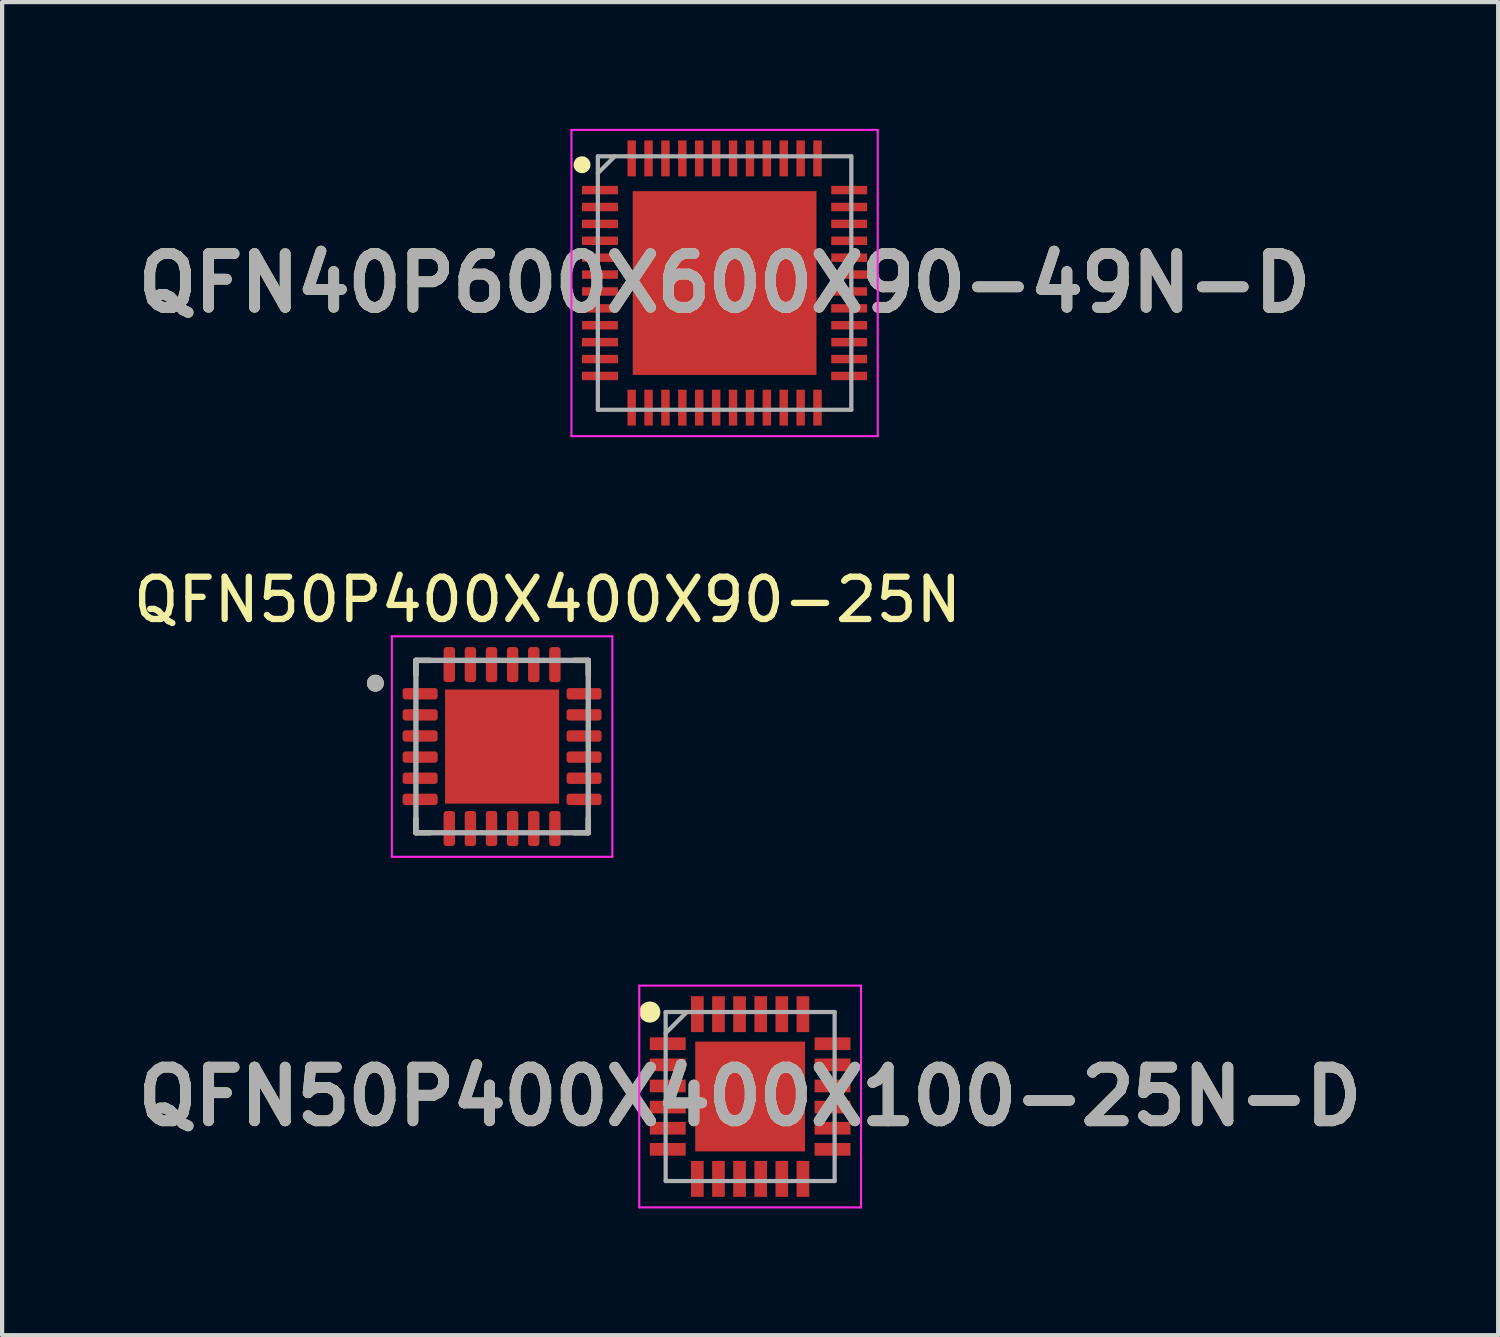
<source format=kicad_pcb>
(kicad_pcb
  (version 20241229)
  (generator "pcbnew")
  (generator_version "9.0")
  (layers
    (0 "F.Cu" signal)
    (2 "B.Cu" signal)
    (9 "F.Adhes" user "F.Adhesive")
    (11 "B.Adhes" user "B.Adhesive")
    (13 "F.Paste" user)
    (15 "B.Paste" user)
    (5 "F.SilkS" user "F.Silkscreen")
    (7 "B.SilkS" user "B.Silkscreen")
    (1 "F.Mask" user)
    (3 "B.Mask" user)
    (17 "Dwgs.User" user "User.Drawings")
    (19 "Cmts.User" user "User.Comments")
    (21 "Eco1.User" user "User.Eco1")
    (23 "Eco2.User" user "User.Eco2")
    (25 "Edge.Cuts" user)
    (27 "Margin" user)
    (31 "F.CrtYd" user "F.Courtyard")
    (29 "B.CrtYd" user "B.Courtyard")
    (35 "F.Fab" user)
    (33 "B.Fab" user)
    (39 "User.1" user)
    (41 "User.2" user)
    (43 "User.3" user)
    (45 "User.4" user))
  (footprint "QFN50P400X400X90-25N"
    (layer "F.Cu")
    (at 8.836 14.623)
    (property "Reference" "QFN50P400X400X90-25N" (at 1.075 -3.475 0) (layer "F.SilkS") (effects (font (size 1 1) (thickness 0.15))))
    (attr smd)
    (fp_line (start -2.04 -2.04) (end -1.7 -2.04) (stroke (width 0.127) (type solid)) (layer "F.SilkS"))
    (fp_line (start -2.04 -1.7) (end -2.04 -2.04) (stroke (width 0.127) (type solid)) (layer "F.SilkS"))
    (fp_line (start -2.04 2.04) (end -2.04 1.7) (stroke (width 0.127) (type solid)) (layer "F.SilkS"))
    (fp_line (start -1.7 2.04) (end -2.04 2.04) (stroke (width 0.127) (type solid)) (layer "F.SilkS"))
    (fp_line (start 1.7 -2.04) (end 2.04 -2.04) (stroke (width 0.127) (type solid)) (layer "F.SilkS"))
    (fp_line (start 2.04 -2.04) (end 2.04 -1.7) (stroke (width 0.127) (type solid)) (layer "F.SilkS"))
    (fp_line (start 2.04 1.7) (end 2.04 2.04) (stroke (width 0.127) (type solid)) (layer "F.SilkS"))
    (fp_line (start 2.04 2.04) (end 1.7 2.04) (stroke (width 0.127) (type solid)) (layer "F.SilkS"))
    (fp_circle (center -3 -1.5) (end -2.9 -1.5) (stroke (width 0.2) (type solid)) (fill no) (layer "F.SilkS"))
    (fp_poly (pts (xy -1.09 -1.09) (xy -0.13 -1.09) (xy -0.13 -0.13) (xy -1.09 -0.13)) (stroke (width 0.01) (type solid)) (fill yes) (layer "F.Paste"))
    (fp_poly (pts (xy -1.09 0.13) (xy -0.13 0.13) (xy -0.13 1.09) (xy -1.09 1.09)) (stroke (width 0.01) (type solid)) (fill yes) (layer "F.Paste"))
    (fp_poly (pts (xy 0.13 -1.09) (xy 1.09 -1.09) (xy 1.09 -0.13) (xy 0.13 -0.13)) (stroke (width 0.01) (type solid)) (fill yes) (layer "F.Paste"))
    (fp_poly (pts (xy 0.13 0.13) (xy 1.09 0.13) (xy 1.09 1.09) (xy 0.13 1.09)) (stroke (width 0.01) (type solid)) (fill yes) (layer "F.Paste"))
    (fp_line (start -2.61 -2.61) (end 2.61 -2.61) (stroke (width 0.05) (type solid)) (layer "F.CrtYd"))
    (fp_line (start -2.61 2.61) (end -2.61 -2.61) (stroke (width 0.05) (type solid)) (layer "F.CrtYd"))
    (fp_line (start 2.61 -2.61) (end 2.61 2.61) (stroke (width 0.05) (type solid)) (layer "F.CrtYd"))
    (fp_line (start 2.61 2.61) (end -2.61 2.61) (stroke (width 0.05) (type solid)) (layer "F.CrtYd"))
    (fp_line (start -2.04 -2.04) (end 2.04 -2.04) (stroke (width 0.127) (type solid)) (layer "F.Fab"))
    (fp_line (start -2.04 2.04) (end -2.04 -2.04) (stroke (width 0.127) (type solid)) (layer "F.Fab"))
    (fp_line (start 2.04 -2.04) (end 2.04 2.04) (stroke (width 0.127) (type solid)) (layer "F.Fab"))
    (fp_line (start 2.04 2.04) (end -2.04 2.04) (stroke (width 0.127) (type solid)) (layer "F.Fab"))
    (fp_circle (center -3 -1.5) (end -2.9 -1.5) (stroke (width 0.2) (type solid)) (fill no) (layer "F.Fab"))
    (pad "1" smd roundrect (at -1.94 -1.25) (size 0.83 0.27) (layers "F.Cu" "F.Mask" "F.Paste") (roundrect_rratio 0.25))
    (pad "2" smd roundrect (at -1.94 -0.75) (size 0.83 0.27) (layers "F.Cu" "F.Mask" "F.Paste") (roundrect_rratio 0.25))
    (pad "3" smd roundrect (at -1.94 -0.25) (size 0.83 0.27) (layers "F.Cu" "F.Mask" "F.Paste") (roundrect_rratio 0.25))
    (pad "4" smd roundrect (at -1.94 0.25) (size 0.83 0.27) (layers "F.Cu" "F.Mask" "F.Paste") (roundrect_rratio 0.25))
    (pad "5" smd roundrect (at -1.94 0.75) (size 0.83 0.27) (layers "F.Cu" "F.Mask" "F.Paste") (roundrect_rratio 0.25))
    (pad "6" smd roundrect (at -1.94 1.25) (size 0.83 0.27) (layers "F.Cu" "F.Mask" "F.Paste") (roundrect_rratio 0.25))
    (pad "7" smd roundrect (at -1.25 1.94) (size 0.27 0.83) (layers "F.Cu" "F.Mask" "F.Paste") (roundrect_rratio 0.25))
    (pad "8" smd roundrect (at -0.75 1.94) (size 0.27 0.83) (layers "F.Cu" "F.Mask" "F.Paste") (roundrect_rratio 0.25))
    (pad "9" smd roundrect (at -0.25 1.94) (size 0.27 0.83) (layers "F.Cu" "F.Mask" "F.Paste") (roundrect_rratio 0.25))
    (pad "10" smd roundrect (at 0.25 1.94) (size 0.27 0.83) (layers "F.Cu" "F.Mask" "F.Paste") (roundrect_rratio 0.25))
    (pad "11" smd roundrect (at 0.75 1.94) (size 0.27 0.83) (layers "F.Cu" "F.Mask" "F.Paste") (roundrect_rratio 0.25))
    (pad "12" smd roundrect (at 1.25 1.94) (size 0.27 0.83) (layers "F.Cu" "F.Mask" "F.Paste") (roundrect_rratio 0.25))
    (pad "13" smd roundrect (at 1.94 1.25) (size 0.83 0.27) (layers "F.Cu" "F.Mask" "F.Paste") (roundrect_rratio 0.25))
    (pad "14" smd roundrect (at 1.94 0.75) (size 0.83 0.27) (layers "F.Cu" "F.Mask" "F.Paste") (roundrect_rratio 0.25))
    (pad "15" smd roundrect (at 1.94 0.25) (size 0.83 0.27) (layers "F.Cu" "F.Mask" "F.Paste") (roundrect_rratio 0.25))
    (pad "16" smd roundrect (at 1.94 -0.25) (size 0.83 0.27) (layers "F.Cu" "F.Mask" "F.Paste") (roundrect_rratio 0.25))
    (pad "17" smd roundrect (at 1.94 -0.75) (size 0.83 0.27) (layers "F.Cu" "F.Mask" "F.Paste") (roundrect_rratio 0.25))
    (pad "18" smd roundrect (at 1.94 -1.25) (size 0.83 0.27) (layers "F.Cu" "F.Mask" "F.Paste") (roundrect_rratio 0.25))
    (pad "19" smd roundrect (at 1.25 -1.94) (size 0.27 0.83) (layers "F.Cu" "F.Mask" "F.Paste") (roundrect_rratio 0.25))
    (pad "20" smd roundrect (at 0.75 -1.94) (size 0.27 0.83) (layers "F.Cu" "F.Mask" "F.Paste") (roundrect_rratio 0.25))
    (pad "21" smd roundrect (at 0.25 -1.94) (size 0.27 0.83) (layers "F.Cu" "F.Mask" "F.Paste") (roundrect_rratio 0.25))
    (pad "22" smd roundrect (at -0.25 -1.94) (size 0.27 0.83) (layers "F.Cu" "F.Mask" "F.Paste") (roundrect_rratio 0.25))
    (pad "23" smd roundrect (at -0.75 -1.94) (size 0.27 0.83) (layers "F.Cu" "F.Mask" "F.Paste") (roundrect_rratio 0.25))
    (pad "24" smd roundrect (at -1.25 -1.94) (size 0.27 0.83) (layers "F.Cu" "F.Mask" "F.Paste") (roundrect_rratio 0.25))
    (pad "25" smd rect (at 0 0) (size 2.7 2.7) (layers "F.Cu" "F.Mask")))
  (footprint "QFN50P400X400X100-25N-D"
    (layer "F.Cu")
    (at 14.708 22.908)
    (property "Reference" "QFN50P400X400X100-25N-D" (at 0 0 0) (layer "F.SilkS") (effects (font (size 1.27 1.27) (thickness 0.254))))
    (attr smd)
    (fp_circle (center -2.375 -2) (end -2.375 -1.875) (stroke (width 0.25) (type solid)) (fill no) (layer "F.SilkS"))
    (fp_line (start -2.625 -2.625) (end 2.625 -2.625) (stroke (width 0.05) (type solid)) (layer "F.CrtYd"))
    (fp_line (start -2.625 2.625) (end -2.625 -2.625) (stroke (width 0.05) (type solid)) (layer "F.CrtYd"))
    (fp_line (start 2.625 -2.625) (end 2.625 2.625) (stroke (width 0.05) (type solid)) (layer "F.CrtYd"))
    (fp_line (start 2.625 2.625) (end -2.625 2.625) (stroke (width 0.05) (type solid)) (layer "F.CrtYd"))
    (fp_line (start -2 -2) (end 2 -2) (stroke (width 0.1) (type solid)) (layer "F.Fab"))
    (fp_line (start -2 -1.5) (end -1.5 -2) (stroke (width 0.1) (type solid)) (layer "F.Fab"))
    (fp_line (start -2 2) (end -2 -2) (stroke (width 0.1) (type solid)) (layer "F.Fab"))
    (fp_line (start 2 -2) (end 2 2) (stroke (width 0.1) (type solid)) (layer "F.Fab"))
    (fp_line (start 2 2) (end -2 2) (stroke (width 0.1) (type solid)) (layer "F.Fab"))
    (fp_text user "${REFERENCE}" (at 0 0 0) (layer "F.Fab") (effects (font (size 1.27 1.27) (thickness 0.254))))
    (pad "1" smd rect (at -1.95 -1.25 90) (size 0.3 0.85) (layers "F.Cu" "F.Mask" "F.Paste"))
    (pad "2" smd rect (at -1.95 -0.75 90) (size 0.3 0.85) (layers "F.Cu" "F.Mask" "F.Paste"))
    (pad "3" smd rect (at -1.95 -0.25 90) (size 0.3 0.85) (layers "F.Cu" "F.Mask" "F.Paste"))
    (pad "4" smd rect (at -1.95 0.25 90) (size 0.3 0.85) (layers "F.Cu" "F.Mask" "F.Paste"))
    (pad "5" smd rect (at -1.95 0.75 90) (size 0.3 0.85) (layers "F.Cu" "F.Mask" "F.Paste"))
    (pad "6" smd rect (at -1.95 1.25 90) (size 0.3 0.85) (layers "F.Cu" "F.Mask" "F.Paste"))
    (pad "7" smd rect (at -1.25 1.95) (size 0.3 0.85) (layers "F.Cu" "F.Mask" "F.Paste"))
    (pad "8" smd rect (at -0.75 1.95) (size 0.3 0.85) (layers "F.Cu" "F.Mask" "F.Paste"))
    (pad "9" smd rect (at -0.25 1.95) (size 0.3 0.85) (layers "F.Cu" "F.Mask" "F.Paste"))
    (pad "10" smd rect (at 0.25 1.95) (size 0.3 0.85) (layers "F.Cu" "F.Mask" "F.Paste"))
    (pad "11" smd rect (at 0.75 1.95) (size 0.3 0.85) (layers "F.Cu" "F.Mask" "F.Paste"))
    (pad "12" smd rect (at 1.25 1.95) (size 0.3 0.85) (layers "F.Cu" "F.Mask" "F.Paste"))
    (pad "13" smd rect (at 1.95 1.25 90) (size 0.3 0.85) (layers "F.Cu" "F.Mask" "F.Paste"))
    (pad "14" smd rect (at 1.95 0.75 90) (size 0.3 0.85) (layers "F.Cu" "F.Mask" "F.Paste"))
    (pad "15" smd rect (at 1.95 0.25 90) (size 0.3 0.85) (layers "F.Cu" "F.Mask" "F.Paste"))
    (pad "16" smd rect (at 1.95 -0.25 90) (size 0.3 0.85) (layers "F.Cu" "F.Mask" "F.Paste"))
    (pad "17" smd rect (at 1.95 -0.75 90) (size 0.3 0.85) (layers "F.Cu" "F.Mask" "F.Paste"))
    (pad "18" smd rect (at 1.95 -1.25 90) (size 0.3 0.85) (layers "F.Cu" "F.Mask" "F.Paste"))
    (pad "19" smd rect (at 1.25 -1.95) (size 0.3 0.85) (layers "F.Cu" "F.Mask" "F.Paste"))
    (pad "20" smd rect (at 0.75 -1.95) (size 0.3 0.85) (layers "F.Cu" "F.Mask" "F.Paste"))
    (pad "21" smd rect (at 0.25 -1.95) (size 0.3 0.85) (layers "F.Cu" "F.Mask" "F.Paste"))
    (pad "22" smd rect (at -0.25 -1.95) (size 0.3 0.85) (layers "F.Cu" "F.Mask" "F.Paste"))
    (pad "23" smd rect (at -0.75 -1.95) (size 0.3 0.85) (layers "F.Cu" "F.Mask" "F.Paste"))
    (pad "24" smd rect (at -1.25 -1.95) (size 0.3 0.85) (layers "F.Cu" "F.Mask" "F.Paste"))
    (pad "25" smd rect (at 0 0) (size 2.6 2.6) (layers "F.Cu" "F.Mask" "F.Paste")))
  (footprint "QFN40P600X600X90-49N-D"
    (layer "F.Cu")
    (at 14.103 3.65)
    (property "Reference" "QFN40P600X600X90-49N-D" (at 0 0 0) (layer "F.SilkS") (effects (font (size 1.27 1.27) (thickness 0.254))))
    (attr smd)
    (fp_circle (center -3.375 -2.8) (end -3.375 -2.7) (stroke (width 0.2) (type solid)) (fill no) (layer "F.SilkS"))
    (fp_line (start -3.625 -3.625) (end 3.625 -3.625) (stroke (width 0.05) (type solid)) (layer "F.CrtYd"))
    (fp_line (start -3.625 3.625) (end -3.625 -3.625) (stroke (width 0.05) (type solid)) (layer "F.CrtYd"))
    (fp_line (start 3.625 -3.625) (end 3.625 3.625) (stroke (width 0.05) (type solid)) (layer "F.CrtYd"))
    (fp_line (start 3.625 3.625) (end -3.625 3.625) (stroke (width 0.05) (type solid)) (layer "F.CrtYd"))
    (fp_line (start -3 -3) (end 3 -3) (stroke (width 0.1) (type solid)) (layer "F.Fab"))
    (fp_line (start -3 -2.6) (end -2.6 -3) (stroke (width 0.1) (type solid)) (layer "F.Fab"))
    (fp_line (start -3 3) (end -3 -3) (stroke (width 0.1) (type solid)) (layer "F.Fab"))
    (fp_line (start 3 -3) (end 3 3) (stroke (width 0.1) (type solid)) (layer "F.Fab"))
    (fp_line (start 3 3) (end -3 3) (stroke (width 0.1) (type solid)) (layer "F.Fab"))
    (fp_text user "${REFERENCE}" (at 0 0 0) (layer "F.Fab") (effects (font (size 1.27 1.27) (thickness 0.254))))
    (pad "1" smd rect (at -2.95 -2.2 90) (size 0.2 0.85) (layers "F.Cu" "F.Mask" "F.Paste"))
    (pad "2" smd rect (at -2.95 -1.8 90) (size 0.2 0.85) (layers "F.Cu" "F.Mask" "F.Paste"))
    (pad "3" smd rect (at -2.95 -1.4 90) (size 0.2 0.85) (layers "F.Cu" "F.Mask" "F.Paste"))
    (pad "4" smd rect (at -2.95 -1 90) (size 0.2 0.85) (layers "F.Cu" "F.Mask" "F.Paste"))
    (pad "5" smd rect (at -2.95 -0.6 90) (size 0.2 0.85) (layers "F.Cu" "F.Mask" "F.Paste"))
    (pad "6" smd rect (at -2.95 -0.2 90) (size 0.2 0.85) (layers "F.Cu" "F.Mask" "F.Paste"))
    (pad "7" smd rect (at -2.95 0.2 90) (size 0.2 0.85) (layers "F.Cu" "F.Mask" "F.Paste"))
    (pad "8" smd rect (at -2.95 0.6 90) (size 0.2 0.85) (layers "F.Cu" "F.Mask" "F.Paste"))
    (pad "9" smd rect (at -2.95 1 90) (size 0.2 0.85) (layers "F.Cu" "F.Mask" "F.Paste"))
    (pad "10" smd rect (at -2.95 1.4 90) (size 0.2 0.85) (layers "F.Cu" "F.Mask" "F.Paste"))
    (pad "11" smd rect (at -2.95 1.8 90) (size 0.2 0.85) (layers "F.Cu" "F.Mask" "F.Paste"))
    (pad "12" smd rect (at -2.95 2.2 90) (size 0.2 0.85) (layers "F.Cu" "F.Mask" "F.Paste"))
    (pad "13" smd rect (at -2.2 2.95) (size 0.2 0.85) (layers "F.Cu" "F.Mask" "F.Paste"))
    (pad "14" smd rect (at -1.8 2.95) (size 0.2 0.85) (layers "F.Cu" "F.Mask" "F.Paste"))
    (pad "15" smd rect (at -1.4 2.95) (size 0.2 0.85) (layers "F.Cu" "F.Mask" "F.Paste"))
    (pad "16" smd rect (at -1 2.95) (size 0.2 0.85) (layers "F.Cu" "F.Mask" "F.Paste"))
    (pad "17" smd rect (at -0.6 2.95) (size 0.2 0.85) (layers "F.Cu" "F.Mask" "F.Paste"))
    (pad "18" smd rect (at -0.2 2.95) (size 0.2 0.85) (layers "F.Cu" "F.Mask" "F.Paste"))
    (pad "19" smd rect (at 0.2 2.95) (size 0.2 0.85) (layers "F.Cu" "F.Mask" "F.Paste"))
    (pad "20" smd rect (at 0.6 2.95) (size 0.2 0.85) (layers "F.Cu" "F.Mask" "F.Paste"))
    (pad "21" smd rect (at 1 2.95) (size 0.2 0.85) (layers "F.Cu" "F.Mask" "F.Paste"))
    (pad "22" smd rect (at 1.4 2.95) (size 0.2 0.85) (layers "F.Cu" "F.Mask" "F.Paste"))
    (pad "23" smd rect (at 1.8 2.95) (size 0.2 0.85) (layers "F.Cu" "F.Mask" "F.Paste"))
    (pad "24" smd rect (at 2.2 2.95) (size 0.2 0.85) (layers "F.Cu" "F.Mask" "F.Paste"))
    (pad "25" smd rect (at 2.95 2.2 90) (size 0.2 0.85) (layers "F.Cu" "F.Mask" "F.Paste"))
    (pad "26" smd rect (at 2.95 1.8 90) (size 0.2 0.85) (layers "F.Cu" "F.Mask" "F.Paste"))
    (pad "27" smd rect (at 2.95 1.4 90) (size 0.2 0.85) (layers "F.Cu" "F.Mask" "F.Paste"))
    (pad "28" smd rect (at 2.95 1 90) (size 0.2 0.85) (layers "F.Cu" "F.Mask" "F.Paste"))
    (pad "29" smd rect (at 2.95 0.6 90) (size 0.2 0.85) (layers "F.Cu" "F.Mask" "F.Paste"))
    (pad "30" smd rect (at 2.95 0.2 90) (size 0.2 0.85) (layers "F.Cu" "F.Mask" "F.Paste"))
    (pad "31" smd rect (at 2.95 -0.2 90) (size 0.2 0.85) (layers "F.Cu" "F.Mask" "F.Paste"))
    (pad "32" smd rect (at 2.95 -0.6 90) (size 0.2 0.85) (layers "F.Cu" "F.Mask" "F.Paste"))
    (pad "33" smd rect (at 2.95 -1 90) (size 0.2 0.85) (layers "F.Cu" "F.Mask" "F.Paste"))
    (pad "34" smd rect (at 2.95 -1.4 90) (size 0.2 0.85) (layers "F.Cu" "F.Mask" "F.Paste"))
    (pad "35" smd rect (at 2.95 -1.8 90) (size 0.2 0.85) (layers "F.Cu" "F.Mask" "F.Paste"))
    (pad "36" smd rect (at 2.95 -2.2 90) (size 0.2 0.85) (layers "F.Cu" "F.Mask" "F.Paste"))
    (pad "37" smd rect (at 2.2 -2.95) (size 0.2 0.85) (layers "F.Cu" "F.Mask" "F.Paste"))
    (pad "38" smd rect (at 1.8 -2.95) (size 0.2 0.85) (layers "F.Cu" "F.Mask" "F.Paste"))
    (pad "39" smd rect (at 1.4 -2.95) (size 0.2 0.85) (layers "F.Cu" "F.Mask" "F.Paste"))
    (pad "40" smd rect (at 1 -2.95) (size 0.2 0.85) (layers "F.Cu" "F.Mask" "F.Paste"))
    (pad "41" smd rect (at 0.6 -2.95) (size 0.2 0.85) (layers "F.Cu" "F.Mask" "F.Paste"))
    (pad "42" smd rect (at 0.2 -2.95) (size 0.2 0.85) (layers "F.Cu" "F.Mask" "F.Paste"))
    (pad "43" smd rect (at -0.2 -2.95) (size 0.2 0.85) (layers "F.Cu" "F.Mask" "F.Paste"))
    (pad "44" smd rect (at -0.6 -2.95) (size 0.2 0.85) (layers "F.Cu" "F.Mask" "F.Paste"))
    (pad "45" smd rect (at -1 -2.95) (size 0.2 0.85) (layers "F.Cu" "F.Mask" "F.Paste"))
    (pad "46" smd rect (at -1.4 -2.95) (size 0.2 0.85) (layers "F.Cu" "F.Mask" "F.Paste"))
    (pad "47" smd rect (at -1.8 -2.95) (size 0.2 0.85) (layers "F.Cu" "F.Mask" "F.Paste"))
    (pad "48" smd rect (at -2.2 -2.95) (size 0.2 0.85) (layers "F.Cu" "F.Mask" "F.Paste"))
    (pad "49" smd rect (at 0 0) (size 4.35 4.35) (layers "F.Cu" "F.Mask" "F.Paste")))
  (gr_rect
    (start -3 -3)
    (end 32.416 28.558)
    (stroke (width 0.1) (type default))
    (fill no)
    (layer "Edge.Cuts")))
</source>
